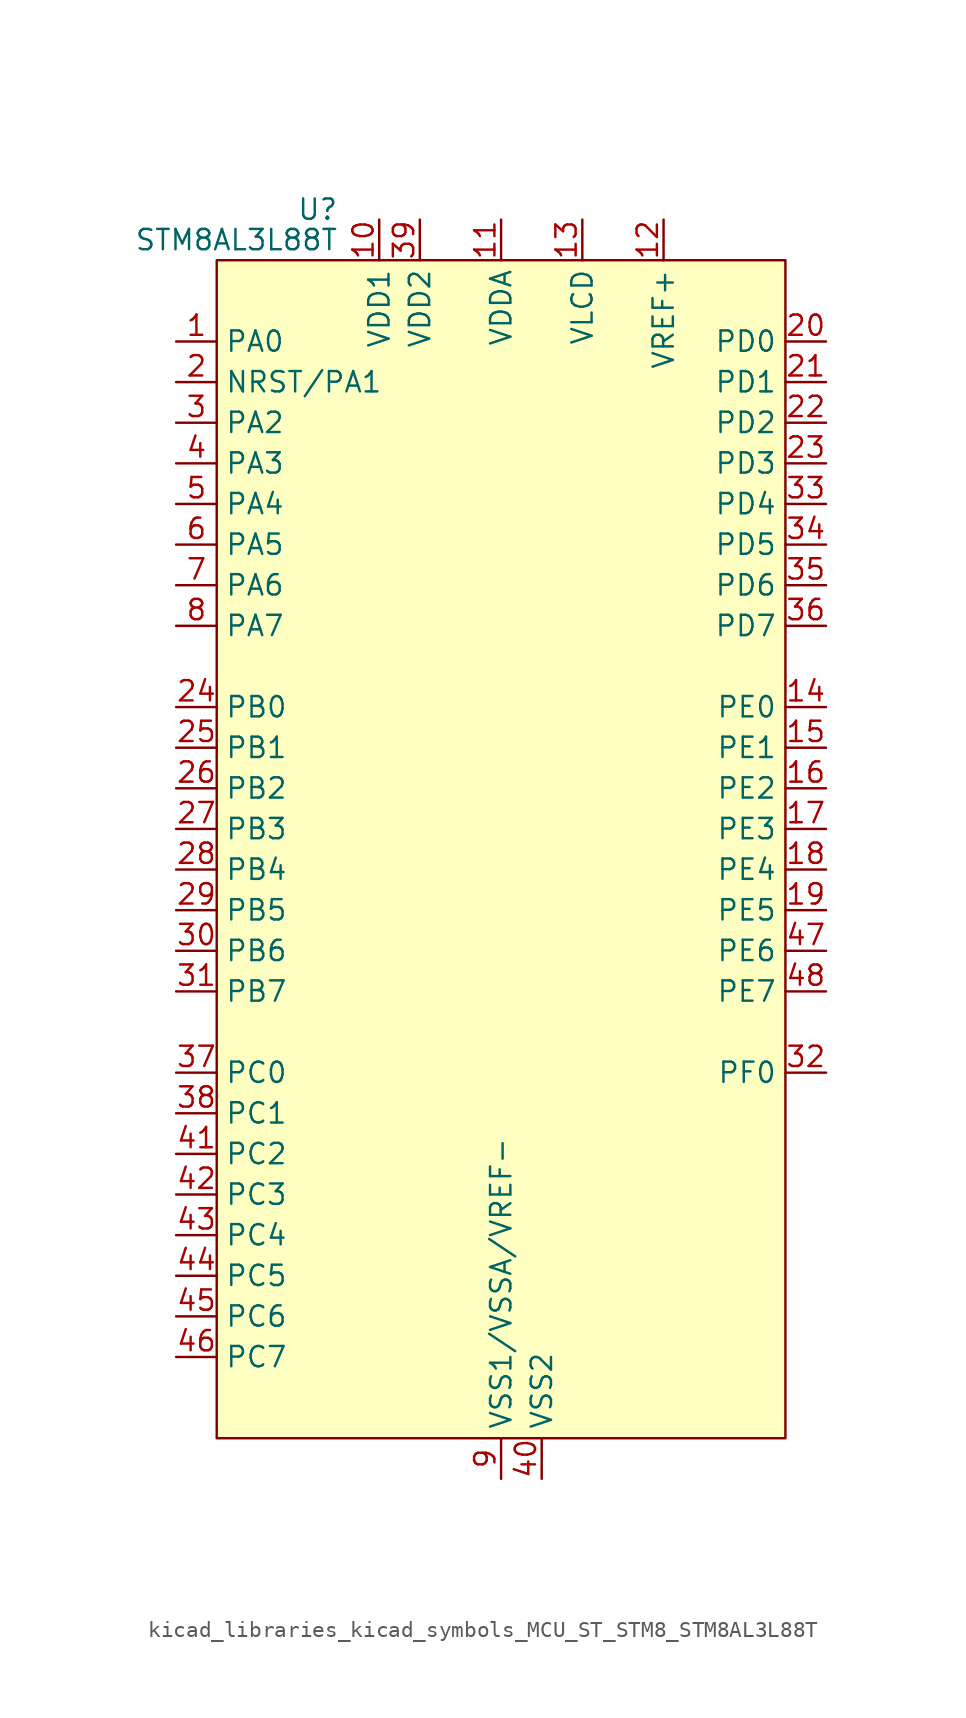
<source format=kicad_sym>
(kicad_symbol_lib
  (version 20220914)
  (generator kicad_symbol_editor)
  (symbol "kicad_libraries_kicad_symbols_MCU_ST_STM8_STM8AL3L88T"
    (property "Reference" "U"
      (at -10.16 38.735 0)
      (effects (font (size 1.27 1.27)) (justify right)))
    (property "Value" "STM8AL3L88T"
      (at -10.16 36.83 0)
      (effects (font (size 1.27 1.27)) (justify right)))
    (symbol "kicad_libraries_kicad_symbols_MCU_ST_STM8_STM8AL3L88T_0_0"
      (pin bidirectional line (at -20.32 30.48 0) (length 2.54) (name "PA0" (effects (font (size 1.27 1.27)))) (number "1" (effects (font (size 1.27 1.27)))))
      (pin power_in line (at -7.62 38.1 270) (length 2.54) (name "VDD1" (effects (font (size 1.27 1.27)))) (number "10" (effects (font (size 1.27 1.27)))))
      (pin power_in line (at 0 38.1 270) (length 2.54) (name "VDDA" (effects (font (size 1.27 1.27)))) (number "11" (effects (font (size 1.27 1.27)))))
      (pin power_in line (at 10.16 38.1 270) (length 2.54) (name "VREF+" (effects (font (size 1.27 1.27)))) (number "12" (effects (font (size 1.27 1.27)))))
      (pin power_in line (at 5.08 38.1 270) (length 2.54) (name "VLCD" (effects (font (size 1.27 1.27)))) (number "13" (effects (font (size 1.27 1.27)))))
      (pin bidirectional line (at 20.32 7.62 180) (length 2.54) (name "PE0" (effects (font (size 1.27 1.27)))) (number "14" (effects (font (size 1.27 1.27)))))
      (pin bidirectional line (at 20.32 5.08 180) (length 2.54) (name "PE1" (effects (font (size 1.27 1.27)))) (number "15" (effects (font (size 1.27 1.27)))))
      (pin bidirectional line (at 20.32 2.54 180) (length 2.54) (name "PE2" (effects (font (size 1.27 1.27)))) (number "16" (effects (font (size 1.27 1.27)))))
      (pin bidirectional line (at 20.32 0 180) (length 2.54) (name "PE3" (effects (font (size 1.27 1.27)))) (number "17" (effects (font (size 1.27 1.27)))))
      (pin bidirectional line (at 20.32 -2.54 180) (length 2.54) (name "PE4" (effects (font (size 1.27 1.27)))) (number "18" (effects (font (size 1.27 1.27)))))
      (pin bidirectional line (at 20.32 -5.08 180) (length 2.54) (name "PE5" (effects (font (size 1.27 1.27)))) (number "19" (effects (font (size 1.27 1.27)))))
      (pin bidirectional line (at -20.32 27.94 0) (length 2.54) (name "NRST/PA1" (effects (font (size 1.27 1.27)))) (number "2" (effects (font (size 1.27 1.27)))))
      (pin bidirectional line (at 20.32 30.48 180) (length 2.54) (name "PD0" (effects (font (size 1.27 1.27)))) (number "20" (effects (font (size 1.27 1.27)))))
      (pin bidirectional line (at 20.32 27.94 180) (length 2.54) (name "PD1" (effects (font (size 1.27 1.27)))) (number "21" (effects (font (size 1.27 1.27)))))
      (pin bidirectional line (at 20.32 25.4 180) (length 2.54) (name "PD2" (effects (font (size 1.27 1.27)))) (number "22" (effects (font (size 1.27 1.27)))))
      (pin bidirectional line (at 20.32 22.86 180) (length 2.54) (name "PD3" (effects (font (size 1.27 1.27)))) (number "23" (effects (font (size 1.27 1.27)))))
      (pin bidirectional line (at -20.32 7.62 0) (length 2.54) (name "PB0" (effects (font (size 1.27 1.27)))) (number "24" (effects (font (size 1.27 1.27)))))
      (pin bidirectional line (at -20.32 5.08 0) (length 2.54) (name "PB1" (effects (font (size 1.27 1.27)))) (number "25" (effects (font (size 1.27 1.27)))))
      (pin bidirectional line (at -20.32 2.54 0) (length 2.54) (name "PB2" (effects (font (size 1.27 1.27)))) (number "26" (effects (font (size 1.27 1.27)))))
      (pin bidirectional line (at -20.32 0 0) (length 2.54) (name "PB3" (effects (font (size 1.27 1.27)))) (number "27" (effects (font (size 1.27 1.27)))))
      (pin bidirectional line (at -20.32 -2.54 0) (length 2.54) (name "PB4" (effects (font (size 1.27 1.27)))) (number "28" (effects (font (size 1.27 1.27)))))
      (pin bidirectional line (at -20.32 -5.08 0) (length 2.54) (name "PB5" (effects (font (size 1.27 1.27)))) (number "29" (effects (font (size 1.27 1.27)))))
      (pin bidirectional line (at -20.32 25.4 0) (length 2.54) (name "PA2" (effects (font (size 1.27 1.27)))) (number "3" (effects (font (size 1.27 1.27)))))
      (pin bidirectional line (at -20.32 -7.62 0) (length 2.54) (name "PB6" (effects (font (size 1.27 1.27)))) (number "30" (effects (font (size 1.27 1.27)))))
      (pin bidirectional line (at -20.32 -10.16 0) (length 2.54) (name "PB7" (effects (font (size 1.27 1.27)))) (number "31" (effects (font (size 1.27 1.27)))))
      (pin bidirectional line (at 20.32 -15.24 180) (length 2.54) (name "PF0" (effects (font (size 1.27 1.27)))) (number "32" (effects (font (size 1.27 1.27)))))
      (pin bidirectional line (at 20.32 20.32 180) (length 2.54) (name "PD4" (effects (font (size 1.27 1.27)))) (number "33" (effects (font (size 1.27 1.27)))))
      (pin bidirectional line (at 20.32 17.78 180) (length 2.54) (name "PD5" (effects (font (size 1.27 1.27)))) (number "34" (effects (font (size 1.27 1.27)))))
      (pin bidirectional line (at 20.32 15.24 180) (length 2.54) (name "PD6" (effects (font (size 1.27 1.27)))) (number "35" (effects (font (size 1.27 1.27)))))
      (pin bidirectional line (at 20.32 12.7 180) (length 2.54) (name "PD7" (effects (font (size 1.27 1.27)))) (number "36" (effects (font (size 1.27 1.27)))))
      (pin bidirectional line (at -20.32 -15.24 0) (length 2.54) (name "PC0" (effects (font (size 1.27 1.27)))) (number "37" (effects (font (size 1.27 1.27)))))
      (pin bidirectional line (at -20.32 -17.78 0) (length 2.54) (name "PC1" (effects (font (size 1.27 1.27)))) (number "38" (effects (font (size 1.27 1.27)))))
      (pin power_in line (at -5.08 38.1 270) (length 2.54) (name "VDD2" (effects (font (size 1.27 1.27)))) (number "39" (effects (font (size 1.27 1.27)))))
      (pin bidirectional line (at -20.32 22.86 0) (length 2.54) (name "PA3" (effects (font (size 1.27 1.27)))) (number "4" (effects (font (size 1.27 1.27)))))
      (pin power_in line (at 2.54 -40.64 90) (length 2.54) (name "VSS2" (effects (font (size 1.27 1.27)))) (number "40" (effects (font (size 1.27 1.27)))))
      (pin bidirectional line (at -20.32 -20.32 0) (length 2.54) (name "PC2" (effects (font (size 1.27 1.27)))) (number "41" (effects (font (size 1.27 1.27)))))
      (pin bidirectional line (at -20.32 -22.86 0) (length 2.54) (name "PC3" (effects (font (size 1.27 1.27)))) (number "42" (effects (font (size 1.27 1.27)))))
      (pin bidirectional line (at -20.32 -25.4 0) (length 2.54) (name "PC4" (effects (font (size 1.27 1.27)))) (number "43" (effects (font (size 1.27 1.27)))))
      (pin bidirectional line (at -20.32 -27.94 0) (length 2.54) (name "PC5" (effects (font (size 1.27 1.27)))) (number "44" (effects (font (size 1.27 1.27)))))
      (pin bidirectional line (at -20.32 -30.48 0) (length 2.54) (name "PC6" (effects (font (size 1.27 1.27)))) (number "45" (effects (font (size 1.27 1.27)))))
      (pin bidirectional line (at -20.32 -33.02 0) (length 2.54) (name "PC7" (effects (font (size 1.27 1.27)))) (number "46" (effects (font (size 1.27 1.27)))))
      (pin bidirectional line (at 20.32 -7.62 180) (length 2.54) (name "PE6" (effects (font (size 1.27 1.27)))) (number "47" (effects (font (size 1.27 1.27)))))
      (pin bidirectional line (at 20.32 -10.16 180) (length 2.54) (name "PE7" (effects (font (size 1.27 1.27)))) (number "48" (effects (font (size 1.27 1.27)))))
      (pin bidirectional line (at -20.32 20.32 0) (length 2.54) (name "PA4" (effects (font (size 1.27 1.27)))) (number "5" (effects (font (size 1.27 1.27)))))
      (pin bidirectional line (at -20.32 17.78 0) (length 2.54) (name "PA5" (effects (font (size 1.27 1.27)))) (number "6" (effects (font (size 1.27 1.27)))))
      (pin bidirectional line (at -20.32 15.24 0) (length 2.54) (name "PA6" (effects (font (size 1.27 1.27)))) (number "7" (effects (font (size 1.27 1.27)))))
      (pin bidirectional line (at -20.32 12.7 0) (length 2.54) (name "PA7" (effects (font (size 1.27 1.27)))) (number "8" (effects (font (size 1.27 1.27)))))
      (pin power_in line (at 0 -40.64 90) (length 2.54) (name "VSS1/VSSA/VREF-" (effects (font (size 1.27 1.27)))) (number "9" (effects (font (size 1.27 1.27))))))
    (symbol "kicad_libraries_kicad_symbols_MCU_ST_STM8_STM8AL3L88T_0_1"
      (rectangle (start -17.78 35.56) (end 17.78 -38.1) (stroke (width 0) (type default)) (fill (type background))))))
</source>
